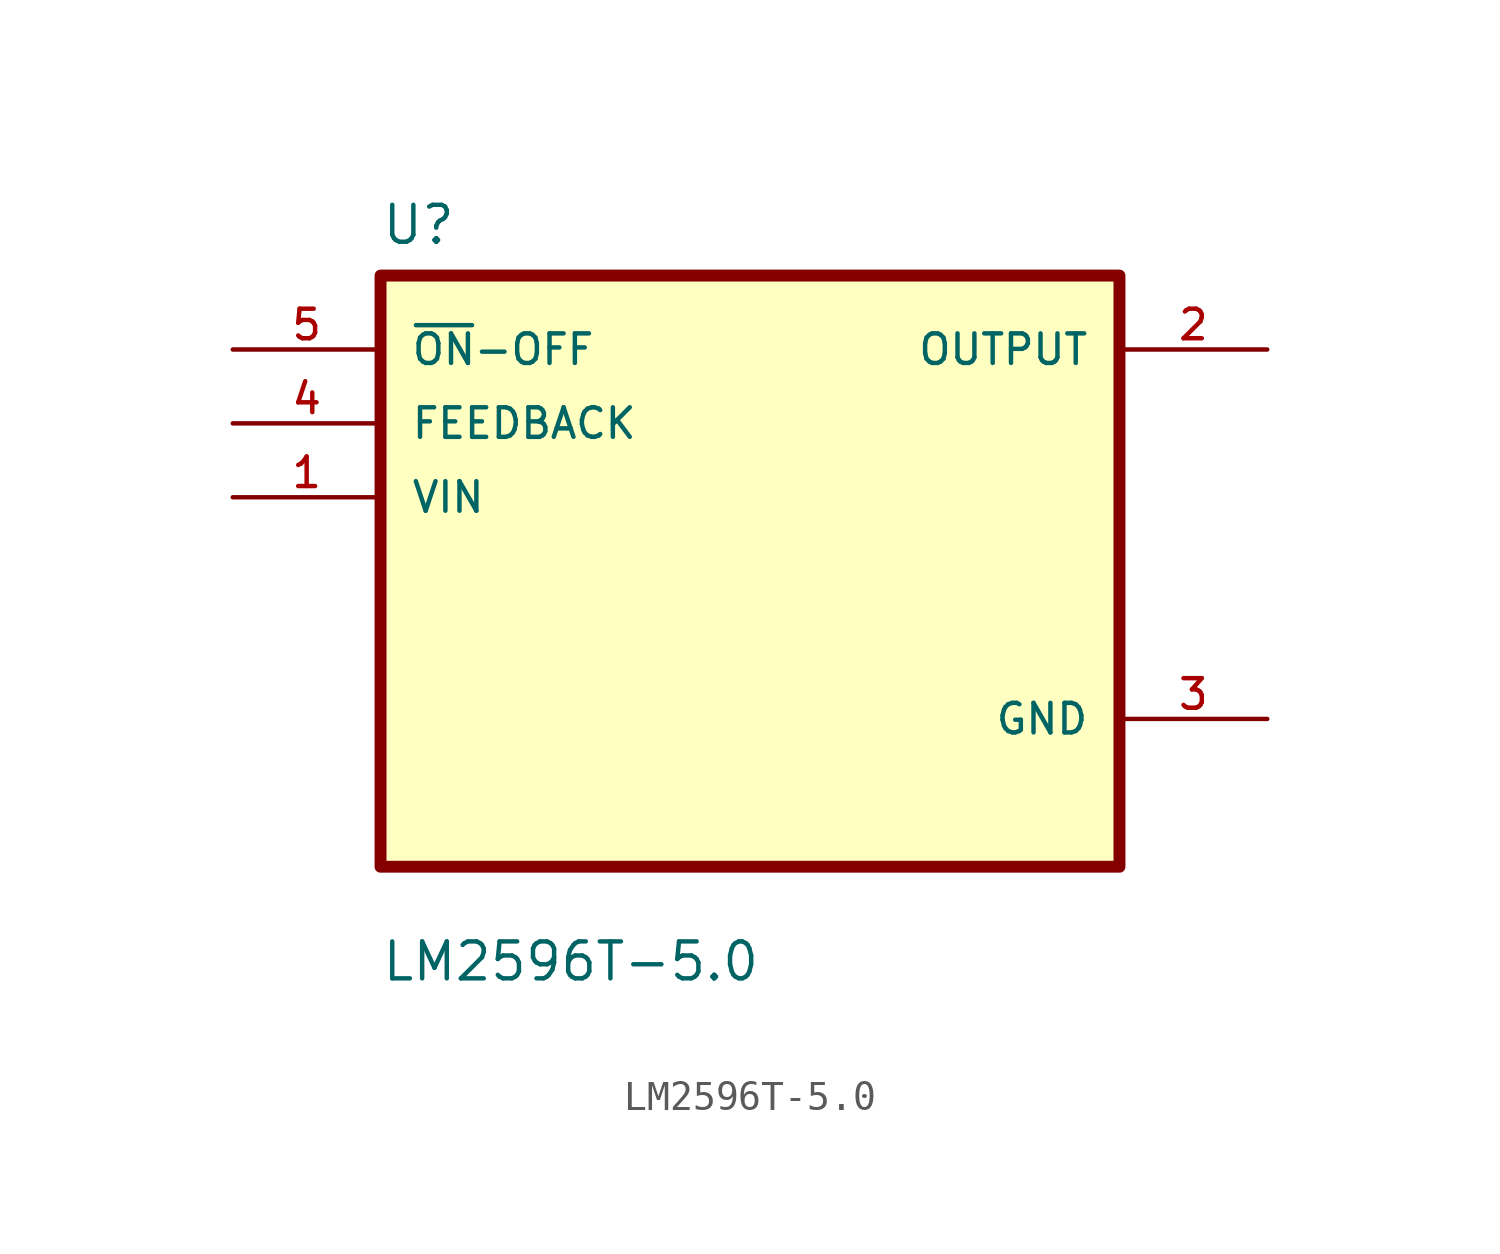
<source format=kicad_sym>
(kicad_symbol_lib
  (version 20211014)
  (generator kicad_symbol_editor)
  (symbol "LM2596T-5.0"
    (pin_names
      (offset 1.016))
    (property "Reference" "U"
      (at -12.7 11.16 0.0)
      (effects (font (size 1.27 1.27)) (justify bottom left)))
    (property "Value" "LM2596T-5.0"
      (at -12.7 -14.16 0.0)
      (effects (font (size 1.27 1.27)) (justify bottom left)))
    (symbol "LM2596T-5.0_0_0"
      (rectangle (start -12.7 -10.16) (end 12.7 10.16) (stroke (width 0.41)) (fill (type background)))
      (pin input line (at -17.78 7.62 0) (length 5.08) (name "~{ON}-OFF" (effects (font (size 1.016 1.016)))) (number "5" (effects (font (size 1.016 1.016)))))
      (pin input line (at -17.78 5.08 0) (length 5.08) (name "FEEDBACK" (effects (font (size 1.016 1.016)))) (number "4" (effects (font (size 1.016 1.016)))))
      (pin input line (at -17.78 2.54 0) (length 5.08) (name "VIN" (effects (font (size 1.016 1.016)))) (number "1" (effects (font (size 1.016 1.016)))))
      (pin output line (at 17.78 7.62 180.0) (length 5.08) (name "OUTPUT" (effects (font (size 1.016 1.016)))) (number "2" (effects (font (size 1.016 1.016)))))
      (pin power_in line (at 17.78 -5.08 180.0) (length 5.08) (name "GND" (effects (font (size 1.016 1.016)))) (number "3" (effects (font (size 1.016 1.016))))))))
</source>
